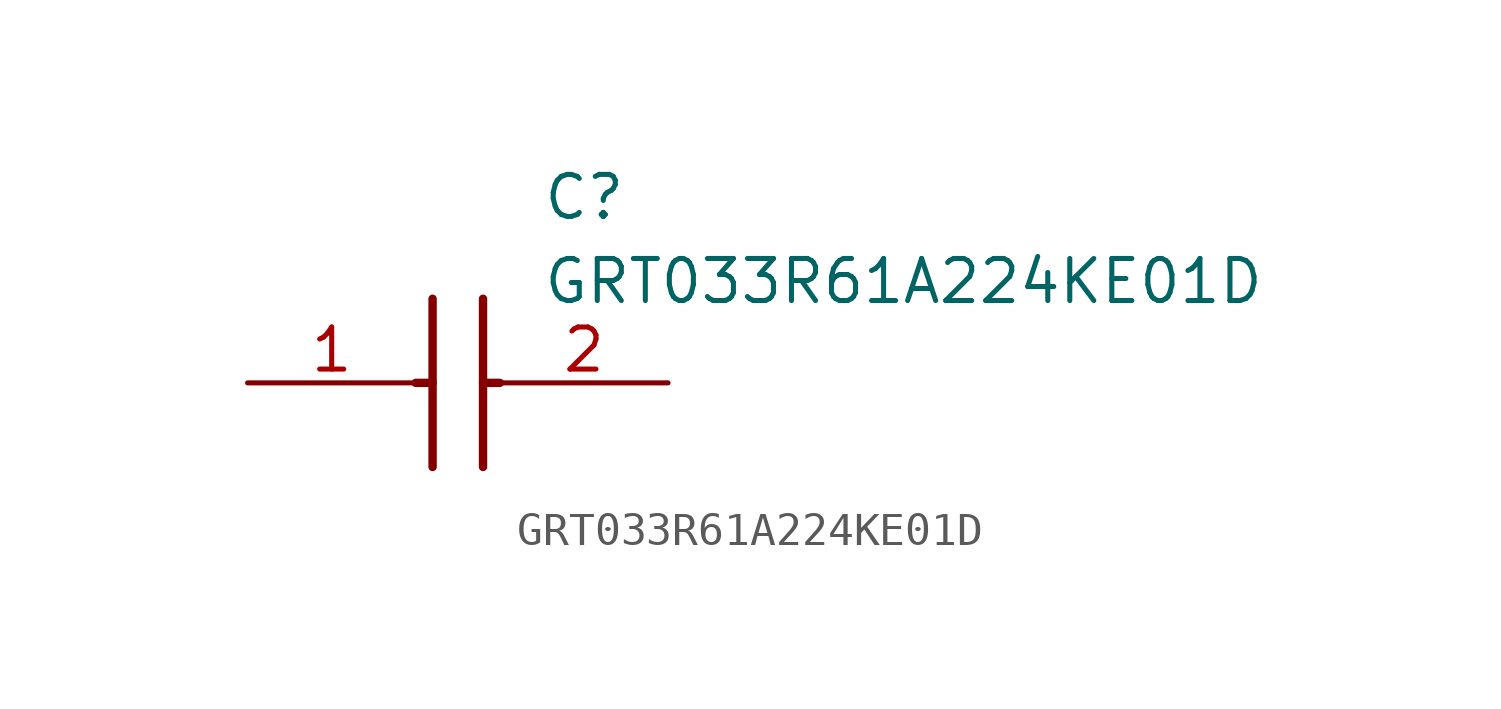
<source format=kicad_sym>
(kicad_symbol_lib
  (version 20211014)
  (generator SamacSys_ECAD_Model)
  (symbol "GRT033R61A224KE01D"
    (pin_names hide)
    (property "Reference" "C"
      (at 8.89 6.35 0)
      (effects (font (size 1.27 1.27)) (justify left top)))
    (property "Value" "GRT033R61A224KE01D"
      (at 8.89 3.81 0)
      (effects (font (size 1.27 1.27)) (justify left top)))
    (polyline
      (pts (xy 5.588 2.54) (xy 5.588 -2.54))
      (stroke (width 0.254) (type default))
      (fill (type none)))
    (polyline
      (pts (xy 7.112 2.54) (xy 7.112 -2.54))
      (stroke (width 0.254) (type default))
      (fill (type none)))
    (polyline
      (pts (xy 5.08 0) (xy 5.588 0))
      (stroke (width 0.254) (type default))
      (fill (type none)))
    (polyline
      (pts (xy 7.112 0) (xy 7.62 0))
      (stroke (width 0.254) (type default))
      (fill (type none)))
    (pin passive line
      (at 0 0 0)
      (length 5.08)
      (name "1" (effects (font (size 1.27 1.27))))
      (number "1" (effects (font (size 1.27 1.27)))))
    (pin passive line
      (at 12.7 0 180)
      (length 5.08)
      (name "2" (effects (font (size 1.27 1.27))))
      (number "2" (effects (font (size 1.27 1.27)))))))
</source>
